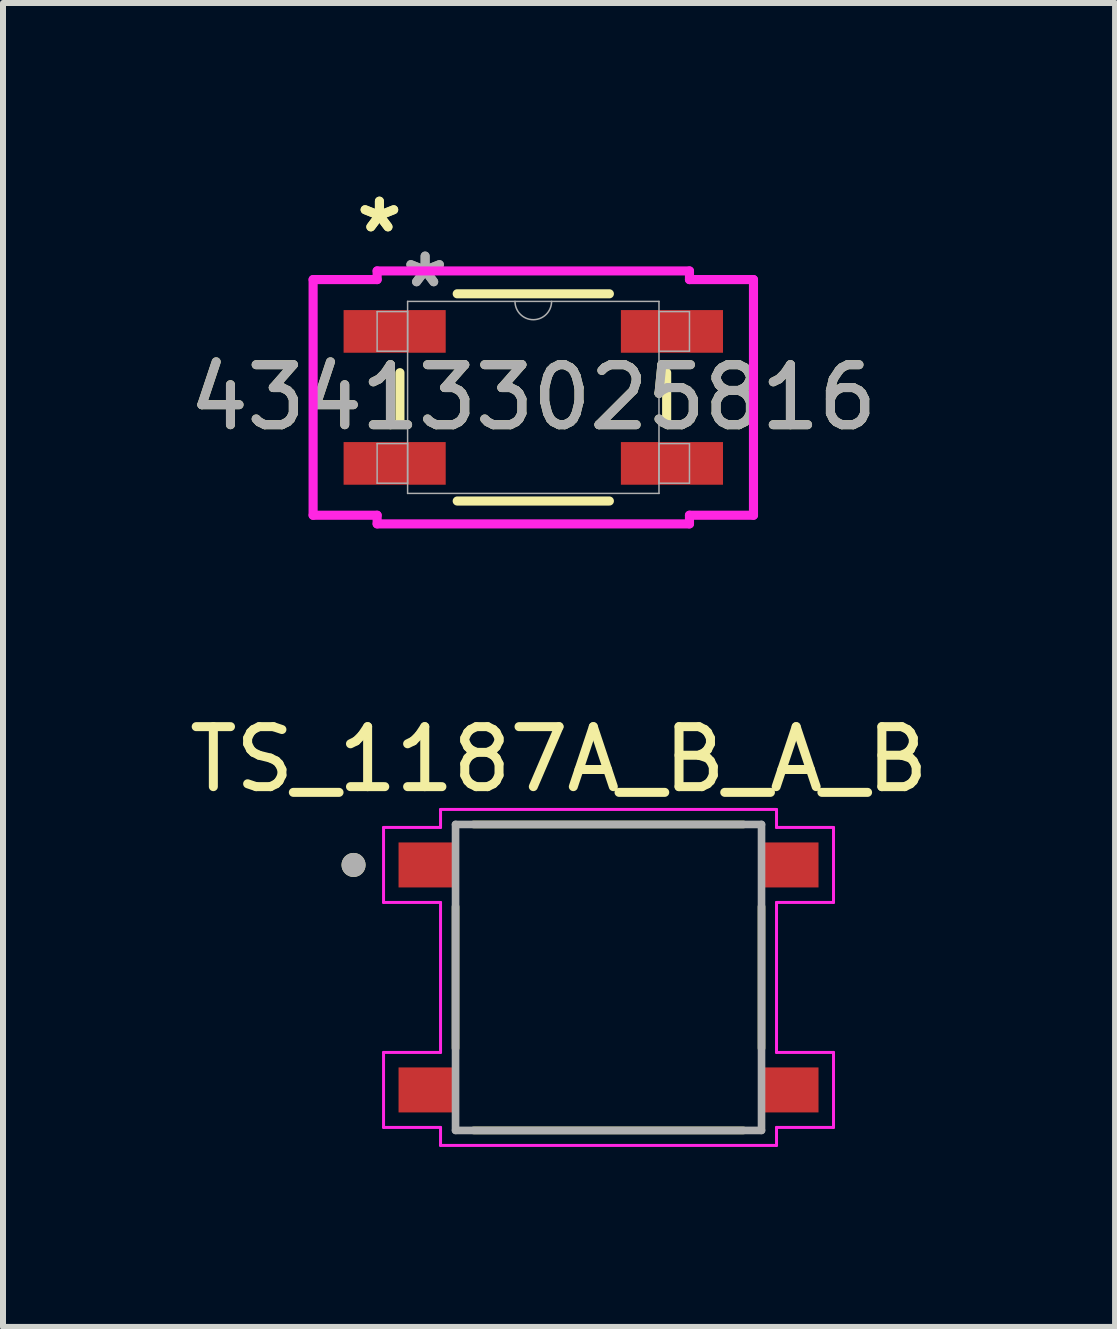
<source format=kicad_pcb>
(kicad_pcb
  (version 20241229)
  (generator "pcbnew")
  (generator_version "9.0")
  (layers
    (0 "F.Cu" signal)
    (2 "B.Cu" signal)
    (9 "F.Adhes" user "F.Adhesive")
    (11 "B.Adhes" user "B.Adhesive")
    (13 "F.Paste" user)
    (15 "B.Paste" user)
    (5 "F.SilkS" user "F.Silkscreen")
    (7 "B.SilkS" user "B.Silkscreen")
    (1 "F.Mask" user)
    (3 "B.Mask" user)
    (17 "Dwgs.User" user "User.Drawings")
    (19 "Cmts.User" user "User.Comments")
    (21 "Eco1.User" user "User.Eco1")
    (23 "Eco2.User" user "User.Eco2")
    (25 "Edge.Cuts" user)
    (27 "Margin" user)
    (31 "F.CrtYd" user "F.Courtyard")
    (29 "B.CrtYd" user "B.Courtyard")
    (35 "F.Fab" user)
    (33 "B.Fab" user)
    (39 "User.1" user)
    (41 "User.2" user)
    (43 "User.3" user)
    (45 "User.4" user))
  (footprint "TS_1187A_B_A_B"
    (layer "F.Cu")
    (at 7.093 13.242)
    (property "Reference" "TS_1187A_B_A_B" (at -0.825 -3.635 0) (layer "F.SilkS") (effects (font (size 1 1) (thickness 0.15))))
    (attr smd)
    (fp_line (start -2.55 -1.18) (end -2.55 1.18) (stroke (width 0.127) (type solid)) (layer "F.SilkS"))
    (fp_line (start 2.25 -2.55) (end -2.25 -2.55) (stroke (width 0.127) (type solid)) (layer "F.SilkS"))
    (fp_line (start 2.25 2.55) (end -2.25 2.55) (stroke (width 0.127) (type solid)) (layer "F.SilkS"))
    (fp_line (start 2.55 1.18) (end 2.55 -1.18) (stroke (width 0.127) (type solid)) (layer "F.SilkS"))
    (fp_circle (center -4.25 -1.875) (end -4.15 -1.875) (stroke (width 0.2) (type solid)) (fill no) (layer "F.SilkS"))
    (fp_line (start -3.75 -2.5) (end -3.75 -1.25) (stroke (width 0.05) (type solid)) (layer "F.CrtYd"))
    (fp_line (start -3.75 -2.5) (end -2.8 -2.5) (stroke (width 0.05) (type solid)) (layer "F.CrtYd"))
    (fp_line (start -3.75 -1.25) (end -2.8 -1.25) (stroke (width 0.05) (type solid)) (layer "F.CrtYd"))
    (fp_line (start -3.75 1.25) (end -2.8 1.25) (stroke (width 0.05) (type solid)) (layer "F.CrtYd"))
    (fp_line (start -3.75 2.5) (end -3.75 1.25) (stroke (width 0.05) (type solid)) (layer "F.CrtYd"))
    (fp_line (start -3.75 2.5) (end -2.8 2.5) (stroke (width 0.05) (type solid)) (layer "F.CrtYd"))
    (fp_line (start -2.8 -2.8) (end -2.8 -2.5) (stroke (width 0.05) (type solid)) (layer "F.CrtYd"))
    (fp_line (start -2.8 -1.25) (end -2.8 1.25) (stroke (width 0.05) (type solid)) (layer "F.CrtYd"))
    (fp_line (start -2.8 2.8) (end -2.8 2.5) (stroke (width 0.05) (type solid)) (layer "F.CrtYd"))
    (fp_line (start -2.8 2.8) (end 2.8 2.8) (stroke (width 0.05) (type solid)) (layer "F.CrtYd"))
    (fp_line (start 2.8 -2.8) (end -2.8 -2.8) (stroke (width 0.05) (type solid)) (layer "F.CrtYd"))
    (fp_line (start 2.8 -2.8) (end 2.8 -2.5) (stroke (width 0.05) (type solid)) (layer "F.CrtYd"))
    (fp_line (start 2.8 -1.25) (end 2.8 1.25) (stroke (width 0.05) (type solid)) (layer "F.CrtYd"))
    (fp_line (start 2.8 2.8) (end 2.8 2.5) (stroke (width 0.05) (type solid)) (layer "F.CrtYd"))
    (fp_line (start 3.75 -2.5) (end 2.8 -2.5) (stroke (width 0.05) (type solid)) (layer "F.CrtYd"))
    (fp_line (start 3.75 -2.5) (end 3.75 -1.25) (stroke (width 0.05) (type solid)) (layer "F.CrtYd"))
    (fp_line (start 3.75 -1.25) (end 2.8 -1.25) (stroke (width 0.05) (type solid)) (layer "F.CrtYd"))
    (fp_line (start 3.75 1.25) (end 2.8 1.25) (stroke (width 0.05) (type solid)) (layer "F.CrtYd"))
    (fp_line (start 3.75 2.5) (end 2.8 2.5) (stroke (width 0.05) (type solid)) (layer "F.CrtYd"))
    (fp_line (start 3.75 2.5) (end 3.75 1.25) (stroke (width 0.05) (type solid)) (layer "F.CrtYd"))
    (fp_line (start -2.55 -2.55) (end -2.55 2.55) (stroke (width 0.127) (type solid)) (layer "F.Fab"))
    (fp_line (start -2.55 2.55) (end 2.55 2.55) (stroke (width 0.127) (type solid)) (layer "F.Fab"))
    (fp_line (start 2.55 -2.55) (end -2.55 -2.55) (stroke (width 0.127) (type solid)) (layer "F.Fab"))
    (fp_line (start 2.55 2.55) (end 2.55 -2.55) (stroke (width 0.127) (type solid)) (layer "F.Fab"))
    (fp_circle (center -4.25 -1.875) (end -4.15 -1.875) (stroke (width 0.2) (type solid)) (fill no) (layer "F.Fab"))
    (pad "A" smd rect (at -3 -1.875) (size 1 0.75) (layers "F.Cu" "F.Mask" "F.Paste"))
    (pad "B" smd rect (at 3 -1.875) (size 1 0.75) (layers "F.Cu" "F.Mask" "F.Paste"))
    (pad "C" smd rect (at -3 1.875) (size 1 0.75) (layers "F.Cu" "F.Mask" "F.Paste"))
    (pad "D" smd rect (at 3 1.875) (size 1 0.75) (layers "F.Cu" "F.Mask" "F.Paste")))
  (footprint "434133025816"
    (layer "F.Cu")
    (at 5.839 3.574)
    (property "Reference" "434133025816" (at 0 0 0) (unlocked yes) (layer "F.SilkS") (effects (font (size 1 1) (thickness 0.15))))
    (attr smd)
    (fp_line (start -2.223 -0.412) (end -2.223 0.412) (stroke (width 0.152) (type solid)) (layer "F.SilkS"))
    (fp_line (start -1.268 1.727) (end 1.268 1.727) (stroke (width 0.152) (type solid)) (layer "F.SilkS"))
    (fp_line (start 1.268 -1.727) (end -1.268 -1.727) (stroke (width 0.152) (type solid)) (layer "F.SilkS"))
    (fp_line (start 2.223 0.412) (end 2.223 -0.412) (stroke (width 0.152) (type solid)) (layer "F.SilkS"))
    (fp_line (start -3.67 -1.964) (end -2.603 -1.964) (stroke (width 0.152) (type solid)) (layer "F.CrtYd"))
    (fp_line (start -3.67 1.964) (end -3.67 -1.964) (stroke (width 0.152) (type solid)) (layer "F.CrtYd"))
    (fp_line (start -3.67 1.964) (end -2.603 1.964) (stroke (width 0.152) (type solid)) (layer "F.CrtYd"))
    (fp_line (start -2.603 -2.108) (end 2.603 -2.108) (stroke (width 0.152) (type solid)) (layer "F.CrtYd"))
    (fp_line (start -2.603 -1.964) (end -2.603 -2.108) (stroke (width 0.152) (type solid)) (layer "F.CrtYd"))
    (fp_line (start -2.603 2.108) (end -2.603 1.964) (stroke (width 0.152) (type solid)) (layer "F.CrtYd"))
    (fp_line (start 2.603 -2.108) (end 2.603 -1.964) (stroke (width 0.152) (type solid)) (layer "F.CrtYd"))
    (fp_line (start 2.603 1.964) (end 2.603 2.108) (stroke (width 0.152) (type solid)) (layer "F.CrtYd"))
    (fp_line (start 2.603 2.108) (end -2.603 2.108) (stroke (width 0.152) (type solid)) (layer "F.CrtYd"))
    (fp_line (start 3.67 -1.964) (end 2.603 -1.964) (stroke (width 0.152) (type solid)) (layer "F.CrtYd"))
    (fp_line (start 3.67 -1.964) (end 3.67 1.964) (stroke (width 0.152) (type solid)) (layer "F.CrtYd"))
    (fp_line (start 3.67 1.964) (end 2.603 1.964) (stroke (width 0.152) (type solid)) (layer "F.CrtYd"))
    (fp_line (start -2.603 -1.43) (end -2.603 -0.77) (stroke (width 0.025) (type solid)) (layer "F.Fab"))
    (fp_line (start -2.603 -0.77) (end -2.095 -0.77) (stroke (width 0.025) (type solid)) (layer "F.Fab"))
    (fp_line (start -2.603 0.77) (end -2.603 1.43) (stroke (width 0.025) (type solid)) (layer "F.Fab"))
    (fp_line (start -2.603 1.43) (end -2.095 1.43) (stroke (width 0.025) (type solid)) (layer "F.Fab"))
    (fp_line (start -2.095 -1.6) (end -2.095 1.6) (stroke (width 0.025) (type solid)) (layer "F.Fab"))
    (fp_line (start -2.095 -1.43) (end -2.603 -1.43) (stroke (width 0.025) (type solid)) (layer "F.Fab"))
    (fp_line (start -2.095 -0.77) (end -2.095 -1.43) (stroke (width 0.025) (type solid)) (layer "F.Fab"))
    (fp_line (start -2.095 0.77) (end -2.603 0.77) (stroke (width 0.025) (type solid)) (layer "F.Fab"))
    (fp_line (start -2.095 1.43) (end -2.095 0.77) (stroke (width 0.025) (type solid)) (layer "F.Fab"))
    (fp_line (start -2.095 1.6) (end 2.095 1.6) (stroke (width 0.025) (type solid)) (layer "F.Fab"))
    (fp_line (start 2.095 -1.6) (end -2.095 -1.6) (stroke (width 0.025) (type solid)) (layer "F.Fab"))
    (fp_line (start 2.095 -1.43) (end 2.095 -0.77) (stroke (width 0.025) (type solid)) (layer "F.Fab"))
    (fp_line (start 2.095 -0.77) (end 2.603 -0.77) (stroke (width 0.025) (type solid)) (layer "F.Fab"))
    (fp_line (start 2.095 0.77) (end 2.095 1.43) (stroke (width 0.025) (type solid)) (layer "F.Fab"))
    (fp_line (start 2.095 1.43) (end 2.603 1.43) (stroke (width 0.025) (type solid)) (layer "F.Fab"))
    (fp_line (start 2.095 1.6) (end 2.095 -1.6) (stroke (width 0.025) (type solid)) (layer "F.Fab"))
    (fp_line (start 2.603 -1.43) (end 2.095 -1.43) (stroke (width 0.025) (type solid)) (layer "F.Fab"))
    (fp_line (start 2.603 -0.77) (end 2.603 -1.43) (stroke (width 0.025) (type solid)) (layer "F.Fab"))
    (fp_line (start 2.603 0.77) (end 2.095 0.77) (stroke (width 0.025) (type solid)) (layer "F.Fab"))
    (fp_line (start 2.603 1.43) (end 2.603 0.77) (stroke (width 0.025) (type solid)) (layer "F.Fab"))
    (fp_arc (start 0.3048 -1.6002) (mid 0 -1.2954) (end -0.3048 -1.6002) (stroke (width 0.0254) (type solid)) (layer "F.Fab"))
    (fp_text user "*" (at -2.565 -2.726 0) (unlocked yes) (layer "F.SilkS") (effects (font (size 1 1) (thickness 0.15))))
    (fp_text user "*" (at -2.565 -2.726 0) (layer "F.SilkS") (effects (font (size 1 1) (thickness 0.15))))
    (fp_text user "${REFERENCE}" (at 0 0 0) (unlocked yes) (layer "F.Fab") (effects (font (size 1 1) (thickness 0.15))))
    (fp_text user "*" (at -1.803 -1.811 0) (layer "F.Fab") (effects (font (size 1 1) (thickness 0.15))))
    (fp_text user "*" (at -1.803 -1.811 0) (unlocked yes) (layer "F.Fab") (effects (font (size 1 1) (thickness 0.15))))
    (pad "1" smd rect (at -2.311 -1.1) (size 1.702 0.711) (layers "F.Cu" "F.Mask" "F.Paste"))
    (pad "2" smd rect (at 2.311 -1.1) (size 1.702 0.711) (layers "F.Cu" "F.Mask" "F.Paste"))
    (pad "3" smd rect (at -2.311 1.1) (size 1.702 0.711) (layers "F.Cu" "F.Mask" "F.Paste"))
    (pad "4" smd rect (at 2.311 1.1) (size 1.702 0.711) (layers "F.Cu" "F.Mask" "F.Paste")))
  (gr_rect
    (start -3 -3)
    (end 15.536 19.067)
    (stroke (width 0.1) (type default))
    (fill no)
    (layer "Edge.Cuts")))
</source>
